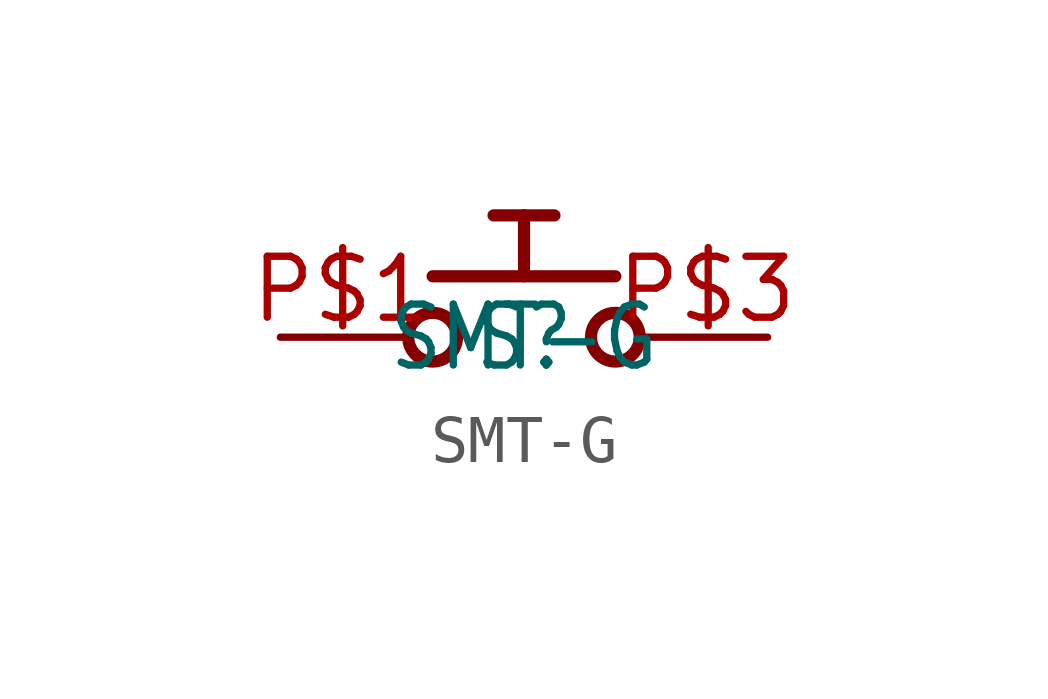
<source format=kicad_sym>
(kicad_symbol_lib
  (version 20211014)
  (generator kicad_symbol_editor)
  (symbol "SMT-G"
    (pin_names
      (offset 1.016) hide)
    (property "Reference" "S"
      (at 0 0 0)
      (effects (font (size 1.27 1.086))))
    (property "Value" "SMT-G"
      (at 0 0 0)
      (effects (font (size 1.27 1.086))))
    (symbol "SMT-G_0_0")
    (symbol "SMT-G_0_1"
      (polyline (pts (xy -1.905 1.27) (xy 0.0 1.27) (xy 1.905 1.27)) (stroke (width 0.254) (type default) (color 0 0 0 0)))
      (polyline (pts (xy 0.0 1.27) (xy 0.0 2.54) (xy -0.635 2.54)) (stroke (width 0.254) (type default) (color 0 0 0 0)))
      (polyline (pts (xy 0.0 2.54) (xy 0.635 2.54)) (stroke (width 0.254) (type default) (color 0 0 0 0)))
      (circle (center -1.905 0) (radius 0.508) (stroke (width 0.254) (type default) (color 0 0 0 0)))
      (circle (center 1.905 0) (radius 0.508) (stroke (width 0.254) (type default) (color 0 0 0 0))))
    (symbol "SMT-G_1_1"
      (pin bidirectional line (at -5.08 0 0) (length 2.54) (name "P$1" (effects (font (size 1.27 1.086)))) (number "P$1" (effects (font (size 1.27 1.086)))))
      (pin bidirectional line (at -5.08 0 0) (length 2.54) hide (name "P$1" (effects (font (size 1.27 1.086)))) (number "P$2" (effects (font (size 1.27 1.086)))))
      (pin bidirectional line (at 5.08 0 180) (length 2.54) (name "P$2" (effects (font (size 1.27 1.086)))) (number "P$3" (effects (font (size 1.27 1.086)))))
      (pin bidirectional line (at 5.08 0 180) (length 2.54) hide (name "P$2" (effects (font (size 1.27 1.086)))) (number "P$4" (effects (font (size 1.27 1.086))))))))
</source>
